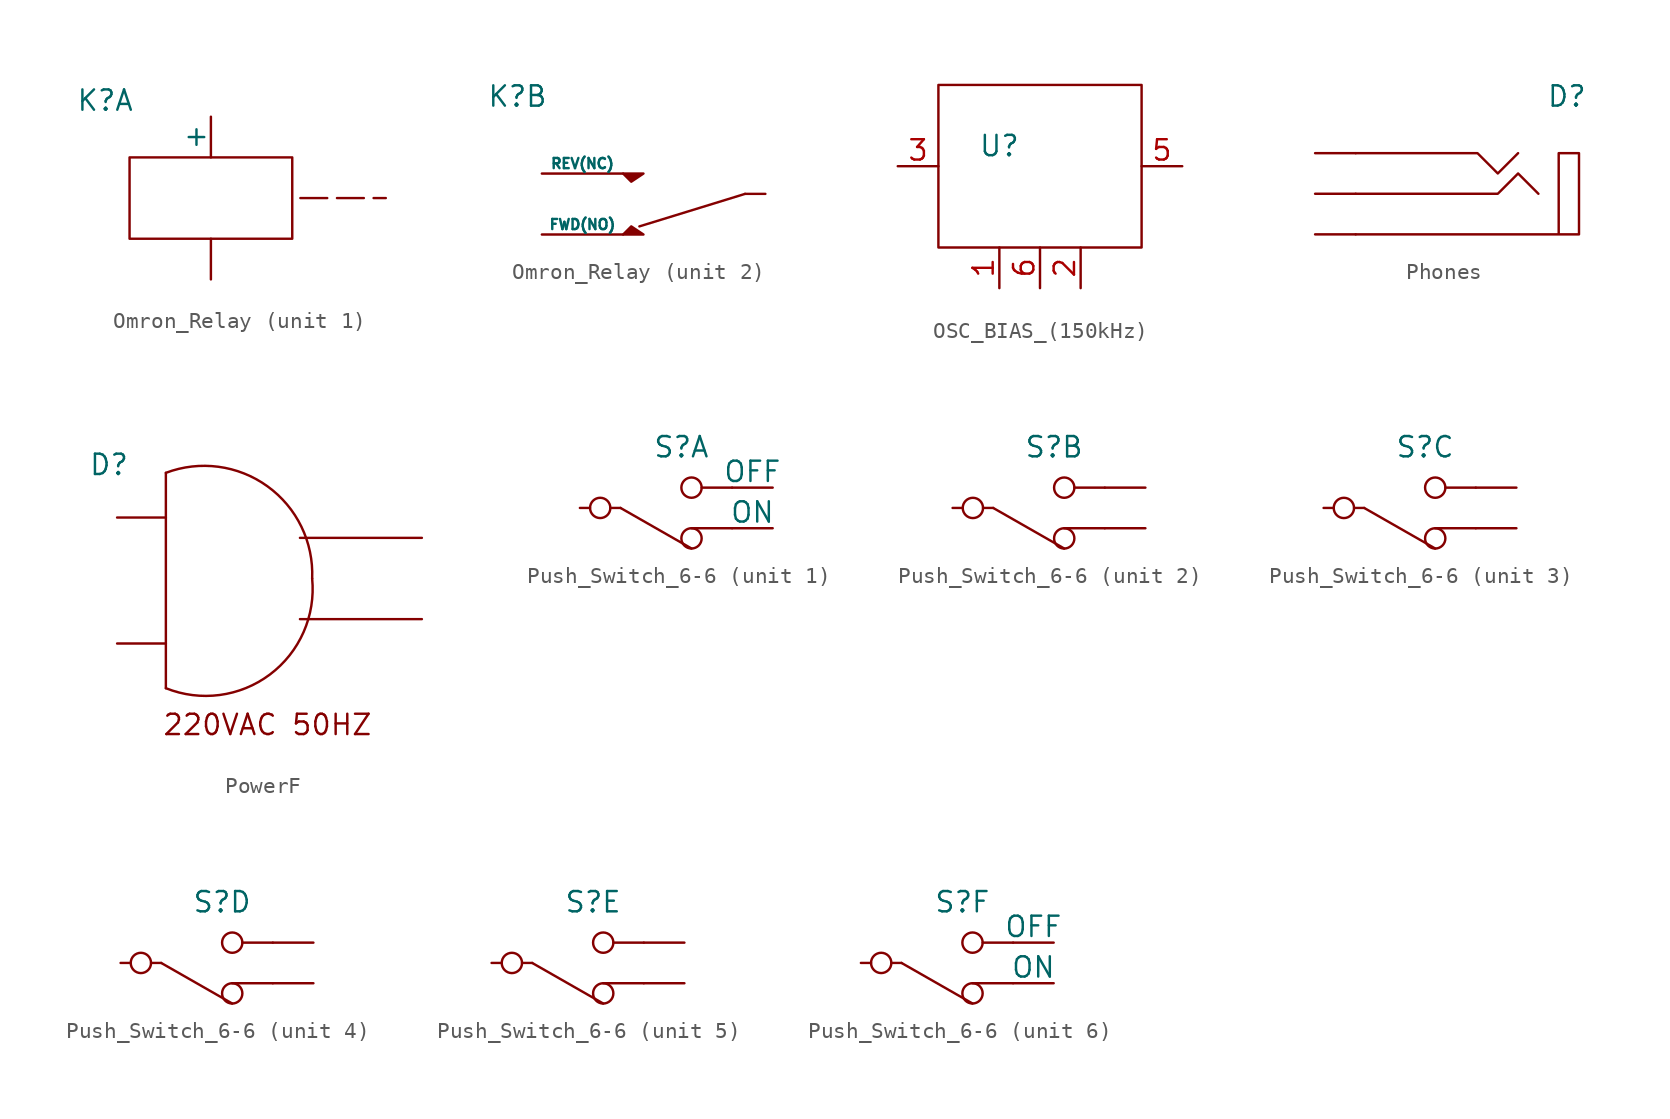
<source format=kicad_sym>
(kicad_symbol_lib
  (version 20241209)
  (generator "kicad_symbol_editor")
  (generator_version "9.0")
  (symbol "Omron_Relay"
    (pin_names
      (offset 0))
    (property "Reference" "K"
      (at -6.604 6.096 0)
      (effects (font (size 1.27 1.27))))
    (property "Value" ""
      (at 0 0 0)
      (effects (font (size 1.27 1.27))))
    (property "ki_locked" ""
      (at 0 0 0)
      (effects (font (size 1.27 1.27))))
    (symbol "Omron_Relay_1_1"
      (rectangle (start -5.08 2.54) (end 5.08 -2.54) (stroke (width 0) (type default)) (fill (type none)))
      (polyline (pts (xy 5.588 0) (xy 10.922 0)) (stroke (width 0) (type dash)) (fill (type none)))
      (pin input line (at 0 5.08 270) (length 2.54) (name "+" (effects (font (size 1.27 1.27)))) (number "" (effects (font (size 1.27 1.27)))))
      (pin input line (at 0 -5.08 90) (length 2.54) (name "" (effects (font (size 1.27 1.27)))) (number "" (effects (font (size 1.27 1.27))))))
    (symbol "Omron_Relay_2_1"
      (polyline (pts (xy 0 1.27) (xy 1.27 1.27) (xy 0.508 0.762) (xy 0 1.27)) (stroke (width 0) (type solid)) (fill (type outline)))
      (polyline (pts (xy 0 -2.54) (xy 1.27 -2.54) (xy 0.508 -2.032) (xy 0 -2.54)) (stroke (width 0) (type solid)) (fill (type outline)))
      (polyline (pts (xy 7.62 0) (xy 1.016 -2.032)) (stroke (width 0) (type default)) (fill (type none)))
      (pin input line (at -5.08 1.27 0) (length 5.08) (name "REV(NC)" (effects (font (size 0.635 0.635)))) (number "" (effects (font (size 1.27 1.27)))))
      (pin input line (at -5.08 -2.54 0) (length 5.08) (name "FWD(NO)" (effects (font (size 0.635 0.635)))) (number "" (effects (font (size 1.27 1.27)))))
      (pin input line (at 8.89 0 180) (length 1.27) (name "" (effects (font (size 1.27 1.27)))) (number "" (effects (font (size 1.27 1.27)))))))
  (symbol "OSC_BIAS_(150kHz)"
    (property "Reference" "U"
      (at -2.54 2.54 0)
      (effects (font (size 1.27 1.27))))
    (property "Value" ""
      (at 0 0 0)
      (effects (font (size 1.27 1.27))))
    (symbol "OSC_BIAS_(150kHz)_0_1"
      (rectangle (start -6.35 6.35) (end 6.35 -3.81) (stroke (width 0) (type default)) (fill (type none))))
    (symbol "OSC_BIAS_(150kHz)_1_1"
      (pin input line (at -8.89 1.27 0) (length 2.54) (name "" (effects (font (size 1.27 1.27)))) (number "3" (effects (font (size 1.27 1.27)))))
      (pin input line (at -2.54 -6.35 90) (length 2.54) (name "" (effects (font (size 1.27 1.27)))) (number "1" (effects (font (size 1.27 1.27)))))
      (pin input line (at 0 -6.35 90) (length 2.54) (name "" (effects (font (size 1.27 1.27)))) (number "6" (effects (font (size 1.27 1.27)))))
      (pin input line (at 2.54 -6.35 90) (length 2.54) (name "" (effects (font (size 1.27 1.27)))) (number "2" (effects (font (size 1.27 1.27)))))
      (pin input line (at 8.89 1.27 180) (length 2.54) (name "" (effects (font (size 1.27 1.27)))) (number "5" (effects (font (size 1.27 1.27)))))))
  (symbol "Phones"
    (property "Reference" "D"
      (at 8.128 6.096 0)
      (effects (font (size 1.27 1.27))))
    (property "Value" ""
      (at 0 0 0)
      (effects (font (size 1.27 1.27))))
    (symbol "Phones_0_1"
      (polyline (pts (xy -5.08 2.54) (xy 2.54 2.54) (xy 3.81 1.27) (xy 5.08 2.54)) (stroke (width 0) (type default)) (fill (type none)))
      (polyline (pts (xy -5.08 0) (xy 3.81 0) (xy 5.08 1.27) (xy 6.35 0)) (stroke (width 0) (type default)) (fill (type none))))
    (symbol "Phones_1_1"
      (polyline (pts (xy -5.08 -2.54) (xy 7.62 -2.54) (xy 7.62 2.54) (xy 8.89 2.54) (xy 8.89 -2.54) (xy 7.62 -2.54)) (stroke (width 0) (type solid)) (fill (type none)))
      (pin output line (at -7.62 2.54 0) (length 2.54) (name "" (effects (font (size 1.27 1.27)))) (number "" (effects (font (size 1.27 1.27)))))
      (pin output line (at -7.62 0 0) (length 2.54) (name "" (effects (font (size 1.27 1.27)))) (number "" (effects (font (size 1.27 1.27)))))
      (pin output line (at -7.62 -2.54 0) (length 2.54) (name "" (effects (font (size 1.27 1.27)))) (number "" (effects (font (size 1.27 1.27)))))))
  (symbol "PowerF"
    (property "Reference" "D"
      (at -8.128 7.112 0)
      (effects (font (size 1.27 1.27))))
    (property "Value" ""
      (at 0 0 0)
      (effects (font (size 1.27 1.27))))
    (symbol "PowerF_0_1"
      (polyline (pts (xy -4.572 6.604) (xy -4.572 -6.858) (xy -4.572 -6.604) (xy -4.572 -6.858)) (stroke (width 0) (type default)) (fill (type none)))
      (arc (start -4.572 6.604) (mid 1.7776 5.7634) (end 4.572 0) (stroke (width 0) (type default)) (fill (type none)))
      (arc (start 4.572 0) (mid 1.9303 -6.0027) (end -4.572 -6.858) (stroke (width 0) (type default)) (fill (type none))))
    (symbol "PowerF_1_1"
      (polyline (pts (xy -4.572 3.81) (xy -7.62 3.81)) (stroke (width 0) (type solid)) (fill (type none)))
      (polyline (pts (xy -4.572 -4.064) (xy -7.62 -4.064)) (stroke (width 0) (type default)) (fill (type none)))
      (text "220VAC 50HZ" (at 1.778 -9.144 0) (effects (font (size 1.27 1.27))))
      (pin input line (at 11.43 2.54 180) (length 7.62) (name "" (effects (font (size 1.27 1.27)))) (number "" (effects (font (size 1.27 1.27)))))
      (pin input line (at 11.43 -2.54 180) (length 7.62) (name "" (effects (font (size 1.27 1.27)))) (number "" (effects (font (size 1.27 1.27)))))))
  (symbol "Push_Switch_6-6"
    (pin_numbers
      (hide yes))
    (pin_names
      (offset 0))
    (property "Reference" "S"
      (at 0 0 0)
      (effects (font (size 1.27 1.27))))
    (property "Value" ""
      (at 0 0 0)
      (effects (font (size 1.27 1.27))))
    (property "ki_locked" ""
      (at 0 0 0)
      (effects (font (size 1.27 1.27))))
    (symbol "Push_Switch_6-6_0_1"
      (circle (center -5.08 -3.81) (radius 0.635) (stroke (width 0) (type default)) (fill (type none)))
      (polyline (pts (xy -3.81 -3.81) (xy 0.635 -6.35)) (stroke (width 0) (type default)) (fill (type none)))
      (circle (center 0.635 -2.54) (radius 0.635) (stroke (width 0) (type default)) (fill (type none)))
      (circle (center 0.635 -5.715) (radius 0.635) (stroke (width 0) (type default)) (fill (type none))))
    (symbol "Push_Switch_6-6_1_1"
      (polyline (pts (xy -3.81 -3.81) (xy -4.445 -3.81)) (stroke (width 0) (type solid)) (fill (type none)))
      (polyline (pts (xy 3.175 -2.54) (xy 1.27 -2.54)) (stroke (width 0) (type default)) (fill (type none)))
      (polyline (pts (xy 3.175 -5.08) (xy 0.635 -5.08)) (stroke (width 0) (type default)) (fill (type none)))
      (pin input line (at -6.35 -3.81 0) (length 0.635) (name "" (effects (font (size 1.27 1.27)))) (number "" (effects (font (size 1.27 1.27)))))
      (pin input line (at 5.715 -2.54 180) (length 2.54) (name "OFF" (effects (font (size 1.27 1.27)))) (number "" (effects (font (size 1.27 1.27)))))
      (pin input line (at 5.715 -5.08 180) (length 2.54) (name "ON" (effects (font (size 1.27 1.27)))) (number "" (effects (font (size 1.27 1.27))))))
    (symbol "Push_Switch_6-6_2_1"
      (polyline (pts (xy -3.81 -3.81) (xy -4.445 -3.81)) (stroke (width 0) (type solid)) (fill (type none)))
      (polyline (pts (xy 3.175 -2.54) (xy 1.27 -2.54)) (stroke (width 0) (type default)) (fill (type none)))
      (polyline (pts (xy 3.175 -5.08) (xy 0.635 -5.08)) (stroke (width 0) (type default)) (fill (type none)))
      (pin input line (at -6.35 -3.81 0) (length 0.635) (name "" (effects (font (size 1.27 1.27)))) (number "" (effects (font (size 1.27 1.27)))))
      (pin input line (at 5.715 -2.54 180) (length 2.54) (name "" (effects (font (size 1.27 1.27)))) (number "" (effects (font (size 1.27 1.27)))))
      (pin input line (at 5.715 -5.08 180) (length 2.54) (name "" (effects (font (size 1.27 1.27)))) (number "" (effects (font (size 1.27 1.27))))))
    (symbol "Push_Switch_6-6_3_1"
      (polyline (pts (xy -3.81 -3.81) (xy -4.445 -3.81)) (stroke (width 0) (type solid)) (fill (type none)))
      (polyline (pts (xy 3.175 -2.54) (xy 1.27 -2.54)) (stroke (width 0) (type default)) (fill (type none)))
      (polyline (pts (xy 3.175 -5.08) (xy 0.635 -5.08)) (stroke (width 0) (type default)) (fill (type none)))
      (pin input line (at -6.35 -3.81 0) (length 0.635) (name "" (effects (font (size 1.27 1.27)))) (number "" (effects (font (size 1.27 1.27)))))
      (pin input line (at 5.715 -2.54 180) (length 2.54) (name "" (effects (font (size 1.27 1.27)))) (number "" (effects (font (size 1.27 1.27)))))
      (pin input line (at 5.715 -5.08 180) (length 2.54) (name "" (effects (font (size 1.27 1.27)))) (number "" (effects (font (size 1.27 1.27))))))
    (symbol "Push_Switch_6-6_4_1"
      (polyline (pts (xy -3.81 -3.81) (xy -4.445 -3.81)) (stroke (width 0) (type solid)) (fill (type none)))
      (polyline (pts (xy 3.175 -2.54) (xy 1.27 -2.54)) (stroke (width 0) (type default)) (fill (type none)))
      (polyline (pts (xy 3.175 -5.08) (xy 0.635 -5.08)) (stroke (width 0) (type default)) (fill (type none)))
      (pin input line (at -6.35 -3.81 0) (length 0.635) (name "" (effects (font (size 1.27 1.27)))) (number "" (effects (font (size 1.27 1.27)))))
      (pin input line (at 5.715 -2.54 180) (length 2.54) (name "" (effects (font (size 1.27 1.27)))) (number "" (effects (font (size 1.27 1.27)))))
      (pin input line (at 5.715 -5.08 180) (length 2.54) (name "" (effects (font (size 1.27 1.27)))) (number "" (effects (font (size 1.27 1.27))))))
    (symbol "Push_Switch_6-6_5_1"
      (polyline (pts (xy -3.81 -3.81) (xy -4.445 -3.81)) (stroke (width 0) (type solid)) (fill (type none)))
      (polyline (pts (xy 3.175 -2.54) (xy 1.27 -2.54)) (stroke (width 0) (type default)) (fill (type none)))
      (polyline (pts (xy 3.175 -5.08) (xy 0.635 -5.08)) (stroke (width 0) (type default)) (fill (type none)))
      (pin input line (at -6.35 -3.81 0) (length 0.635) (name "" (effects (font (size 1.27 1.27)))) (number "" (effects (font (size 1.27 1.27)))))
      (pin input line (at 5.715 -2.54 180) (length 2.54) (name "" (effects (font (size 1.27 1.27)))) (number "" (effects (font (size 1.27 1.27)))))
      (pin input line (at 5.715 -5.08 180) (length 2.54) (name "" (effects (font (size 1.27 1.27)))) (number "" (effects (font (size 1.27 1.27))))))
    (symbol "Push_Switch_6-6_6_1"
      (polyline (pts (xy -3.81 -3.81) (xy -4.445 -3.81)) (stroke (width 0) (type solid)) (fill (type none)))
      (polyline (pts (xy 3.175 -2.54) (xy 1.27 -2.54)) (stroke (width 0) (type default)) (fill (type none)))
      (polyline (pts (xy 3.175 -5.08) (xy 0.635 -5.08)) (stroke (width 0) (type default)) (fill (type none)))
      (pin input line (at -6.35 -3.81 0) (length 0.635) (name "" (effects (font (size 1.27 1.27)))) (number "" (effects (font (size 1.27 1.27)))))
      (pin input line (at 5.715 -2.54 180) (length 2.54) (name "OFF" (effects (font (size 1.27 1.27)))) (number "" (effects (font (size 1.27 1.27)))))
      (pin input line (at 5.715 -5.08 180) (length 2.54) (name "ON" (effects (font (size 1.27 1.27)))) (number "" (effects (font (size 1.27 1.27))))))))
</source>
